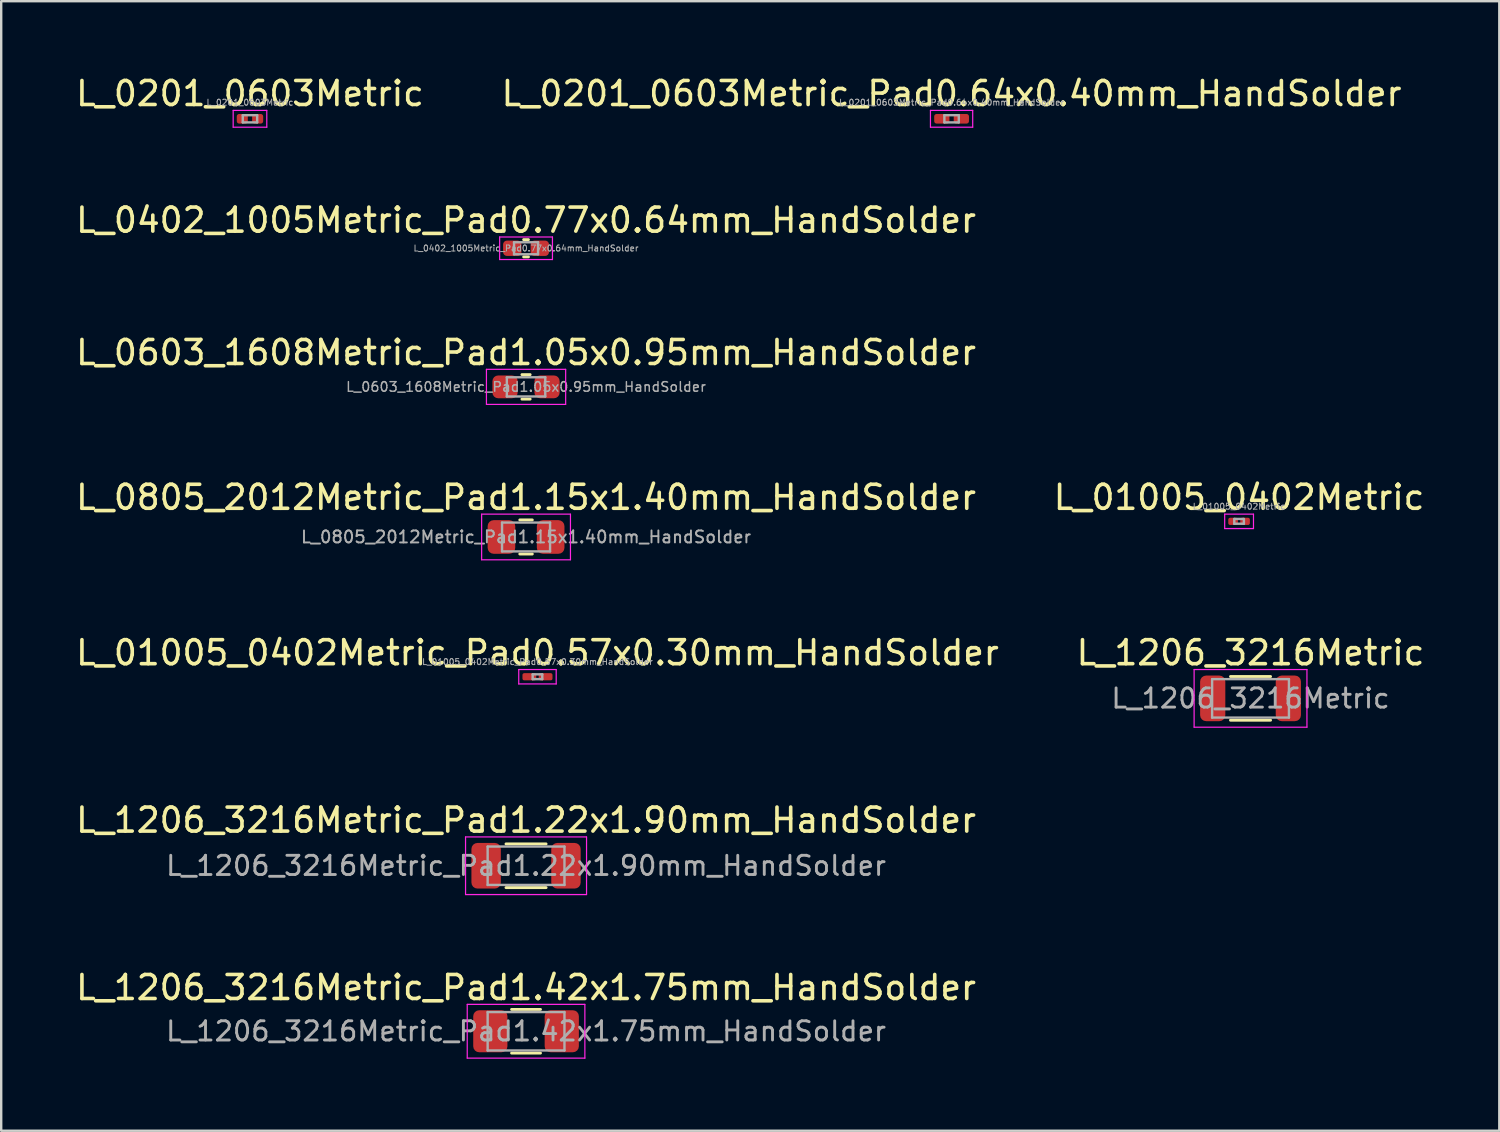
<source format=kicad_pcb>
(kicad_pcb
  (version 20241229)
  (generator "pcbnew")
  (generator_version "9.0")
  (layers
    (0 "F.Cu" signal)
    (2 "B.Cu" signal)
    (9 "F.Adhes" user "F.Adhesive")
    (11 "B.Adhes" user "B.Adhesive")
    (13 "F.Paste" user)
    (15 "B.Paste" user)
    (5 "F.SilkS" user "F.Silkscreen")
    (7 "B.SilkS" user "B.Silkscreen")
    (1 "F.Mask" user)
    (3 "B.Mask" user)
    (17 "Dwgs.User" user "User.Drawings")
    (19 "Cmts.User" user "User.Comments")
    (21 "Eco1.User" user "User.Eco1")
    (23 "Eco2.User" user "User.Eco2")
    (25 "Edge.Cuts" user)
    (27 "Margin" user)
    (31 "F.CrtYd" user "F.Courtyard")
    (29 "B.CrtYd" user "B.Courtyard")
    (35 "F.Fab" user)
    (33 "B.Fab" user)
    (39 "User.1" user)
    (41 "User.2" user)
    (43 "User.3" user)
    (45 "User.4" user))
  (footprint "L_1206_3216Metric_Pad1.42x1.75mm_HandSolder"
    (layer "F.Cu")
    (at 18.863 39.908)
    (property "Reference" "L_1206_3216Metric_Pad1.42x1.75mm_HandSolder" (at 0 -1.82 0) (layer "F.SilkS") (effects (font (size 1 1) (thickness 0.15))))
    (attr smd)
    (fp_line (start -0.602 -0.91) (end 0.602 -0.91) (stroke (width 0.12) (type solid)) (layer "F.SilkS"))
    (fp_line (start -0.602 0.91) (end 0.602 0.91) (stroke (width 0.12) (type solid)) (layer "F.SilkS"))
    (fp_line (start -2.45 -1.12) (end 2.45 -1.12) (stroke (width 0.05) (type solid)) (layer "F.CrtYd"))
    (fp_line (start -2.45 1.12) (end -2.45 -1.12) (stroke (width 0.05) (type solid)) (layer "F.CrtYd"))
    (fp_line (start 2.45 -1.12) (end 2.45 1.12) (stroke (width 0.05) (type solid)) (layer "F.CrtYd"))
    (fp_line (start 2.45 1.12) (end -2.45 1.12) (stroke (width 0.05) (type solid)) (layer "F.CrtYd"))
    (fp_line (start -1.6 -0.8) (end 1.6 -0.8) (stroke (width 0.1) (type solid)) (layer "F.Fab"))
    (fp_line (start -1.6 0.8) (end -1.6 -0.8) (stroke (width 0.1) (type solid)) (layer "F.Fab"))
    (fp_line (start 1.6 -0.8) (end 1.6 0.8) (stroke (width 0.1) (type solid)) (layer "F.Fab"))
    (fp_line (start 1.6 0.8) (end -1.6 0.8) (stroke (width 0.1) (type solid)) (layer "F.Fab"))
    (fp_text user "${REFERENCE}" (at 0 0 0) (layer "F.Fab") (effects (font (size 0.8 0.8) (thickness 0.12))))
    (pad "1" smd roundrect (at -1.488 0) (size 1.425 1.75) (layers "F.Cu" "F.Mask" "F.Paste") (roundrect_rratio 0.175))
    (pad "2" smd roundrect (at 1.488 0) (size 1.425 1.75) (layers "F.Cu" "F.Mask" "F.Paste") (roundrect_rratio 0.175)))
  (footprint "L_0402_1005Metric_Pad0.77x0.64mm_HandSolder"
    (layer "F.Cu")
    (at 18.863 7.292)
    (property "Reference" "L_0402_1005Metric_Pad0.77x0.64mm_HandSolder" (at 0 -1.17 0) (layer "F.SilkS") (effects (font (size 1 1) (thickness 0.15))))
    (attr smd)
    (fp_line (start -0.1 -0.36) (end 0.1 -0.36) (stroke (width 0.12) (type solid)) (layer "F.SilkS"))
    (fp_line (start -0.1 0.36) (end 0.1 0.36) (stroke (width 0.12) (type solid)) (layer "F.SilkS"))
    (fp_line (start -1.1 -0.47) (end 1.1 -0.47) (stroke (width 0.05) (type solid)) (layer "F.CrtYd"))
    (fp_line (start -1.1 0.47) (end -1.1 -0.47) (stroke (width 0.05) (type solid)) (layer "F.CrtYd"))
    (fp_line (start 1.1 -0.47) (end 1.1 0.47) (stroke (width 0.05) (type solid)) (layer "F.CrtYd"))
    (fp_line (start 1.1 0.47) (end -1.1 0.47) (stroke (width 0.05) (type solid)) (layer "F.CrtYd"))
    (fp_line (start -0.5 -0.25) (end 0.5 -0.25) (stroke (width 0.1) (type solid)) (layer "F.Fab"))
    (fp_line (start -0.5 0.25) (end -0.5 -0.25) (stroke (width 0.1) (type solid)) (layer "F.Fab"))
    (fp_line (start 0.5 -0.25) (end 0.5 0.25) (stroke (width 0.1) (type solid)) (layer "F.Fab"))
    (fp_line (start 0.5 0.25) (end -0.5 0.25) (stroke (width 0.1) (type solid)) (layer "F.Fab"))
    (fp_text user "${REFERENCE}" (at 0 0 0) (layer "F.Fab") (effects (font (size 0.25 0.25) (thickness 0.04))))
    (pad "1" smd roundrect (at -0.573 0) (size 0.765 0.64) (layers "F.Cu" "F.Mask" "F.Paste") (roundrect_rratio 0.25))
    (pad "2" smd roundrect (at 0.573 0) (size 0.765 0.64) (layers "F.Cu" "F.Mask" "F.Paste") (roundrect_rratio 0.25)))
  (footprint "L_01005_0402Metric"
    (layer "F.Cu")
    (at 48.565 18.668)
    (property "Reference" "L_01005_0402Metric" (at 0 -1 0) (layer "F.SilkS") (effects (font (size 1 1) (thickness 0.15))))
    (attr smd)
    (fp_line (start -0.6 -0.3) (end 0.6 -0.3) (stroke (width 0.05) (type solid)) (layer "F.CrtYd"))
    (fp_line (start -0.6 0.3) (end -0.6 -0.3) (stroke (width 0.05) (type solid)) (layer "F.CrtYd"))
    (fp_line (start 0.6 -0.3) (end 0.6 0.3) (stroke (width 0.05) (type solid)) (layer "F.CrtYd"))
    (fp_line (start 0.6 0.3) (end -0.6 0.3) (stroke (width 0.05) (type solid)) (layer "F.CrtYd"))
    (fp_line (start -0.2 -0.1) (end 0.2 -0.1) (stroke (width 0.1) (type solid)) (layer "F.Fab"))
    (fp_line (start -0.2 0.1) (end -0.2 -0.1) (stroke (width 0.1) (type solid)) (layer "F.Fab"))
    (fp_line (start 0.2 -0.1) (end 0.2 0.1) (stroke (width 0.1) (type solid)) (layer "F.Fab"))
    (fp_line (start 0.2 0.1) (end -0.2 0.1) (stroke (width 0.1) (type solid)) (layer "F.Fab"))
    (fp_text user "${REFERENCE}" (at 0 -0.62 0) (layer "F.Fab") (effects (font (size 0.25 0.25) (thickness 0.04))))
    (pad "" smd roundrect (at -0.275 0) (size 0.27 0.27) (layers "F.Paste") (roundrect_rratio 0.25))
    (pad "" smd roundrect (at 0.275 0) (size 0.27 0.27) (layers "F.Paste") (roundrect_rratio 0.25))
    (pad "1" smd roundrect (at -0.25 0) (size 0.4 0.3) (layers "F.Cu" "F.Mask") (roundrect_rratio 0.25))
    (pad "2" smd roundrect (at 0.25 0) (size 0.4 0.3) (layers "F.Cu" "F.Mask") (roundrect_rratio 0.25)))
  (footprint "L_0201_0603Metric_Pad0.64x0.40mm_HandSolder"
    (layer "F.Cu")
    (at 36.589 1.898)
    (property "Reference" "L_0201_0603Metric_Pad0.64x0.40mm_HandSolder" (at 0 -1.05 0) (layer "F.SilkS") (effects (font (size 1 1) (thickness 0.15))))
    (attr smd)
    (fp_line (start -0.88 -0.35) (end 0.88 -0.35) (stroke (width 0.05) (type solid)) (layer "F.CrtYd"))
    (fp_line (start -0.88 0.35) (end -0.88 -0.35) (stroke (width 0.05) (type solid)) (layer "F.CrtYd"))
    (fp_line (start 0.88 -0.35) (end 0.88 0.35) (stroke (width 0.05) (type solid)) (layer "F.CrtYd"))
    (fp_line (start 0.88 0.35) (end -0.88 0.35) (stroke (width 0.05) (type solid)) (layer "F.CrtYd"))
    (fp_line (start -0.3 -0.15) (end 0.3 -0.15) (stroke (width 0.1) (type solid)) (layer "F.Fab"))
    (fp_line (start -0.3 0.15) (end -0.3 -0.15) (stroke (width 0.1) (type solid)) (layer "F.Fab"))
    (fp_line (start 0.3 -0.15) (end 0.3 0.15) (stroke (width 0.1) (type solid)) (layer "F.Fab"))
    (fp_line (start 0.3 0.15) (end -0.3 0.15) (stroke (width 0.1) (type solid)) (layer "F.Fab"))
    (fp_text user "${REFERENCE}" (at 0 -0.68 0) (layer "F.Fab") (effects (font (size 0.25 0.25) (thickness 0.04))))
    (pad "" smd roundrect (at -0.432 0) (size 0.458 0.36) (layers "F.Paste") (roundrect_rratio 0.25))
    (pad "" smd roundrect (at 0.432 0) (size 0.458 0.36) (layers "F.Paste") (roundrect_rratio 0.25))
    (pad "1" smd roundrect (at -0.407 0) (size 0.635 0.4) (layers "F.Cu" "F.Mask") (roundrect_rratio 0.25))
    (pad "2" smd roundrect (at 0.407 0) (size 0.635 0.4) (layers "F.Cu" "F.Mask") (roundrect_rratio 0.25)))
  (footprint "L_0805_2012Metric_Pad1.15x1.40mm_HandSolder"
    (layer "F.Cu")
    (at 18.863 19.318)
    (property "Reference" "L_0805_2012Metric_Pad1.15x1.40mm_HandSolder" (at 0 -1.65 0) (layer "F.SilkS") (effects (font (size 1 1) (thickness 0.15))))
    (attr smd)
    (fp_line (start -0.261 -0.71) (end 0.261 -0.71) (stroke (width 0.12) (type solid)) (layer "F.SilkS"))
    (fp_line (start -0.261 0.71) (end 0.261 0.71) (stroke (width 0.12) (type solid)) (layer "F.SilkS"))
    (fp_line (start -1.85 -0.95) (end 1.85 -0.95) (stroke (width 0.05) (type solid)) (layer "F.CrtYd"))
    (fp_line (start -1.85 0.95) (end -1.85 -0.95) (stroke (width 0.05) (type solid)) (layer "F.CrtYd"))
    (fp_line (start 1.85 -0.95) (end 1.85 0.95) (stroke (width 0.05) (type solid)) (layer "F.CrtYd"))
    (fp_line (start 1.85 0.95) (end -1.85 0.95) (stroke (width 0.05) (type solid)) (layer "F.CrtYd"))
    (fp_line (start -1 -0.6) (end 1 -0.6) (stroke (width 0.1) (type solid)) (layer "F.Fab"))
    (fp_line (start -1 0.6) (end -1 -0.6) (stroke (width 0.1) (type solid)) (layer "F.Fab"))
    (fp_line (start 1 -0.6) (end 1 0.6) (stroke (width 0.1) (type solid)) (layer "F.Fab"))
    (fp_line (start 1 0.6) (end -1 0.6) (stroke (width 0.1) (type solid)) (layer "F.Fab"))
    (fp_text user "${REFERENCE}" (at 0 0 0) (layer "F.Fab") (effects (font (size 0.5 0.5) (thickness 0.08))))
    (pad "1" smd roundrect (at -1.025 0) (size 1.15 1.4) (layers "F.Cu" "F.Mask" "F.Paste") (roundrect_rratio 0.217))
    (pad "2" smd roundrect (at 1.025 0) (size 1.15 1.4) (layers "F.Cu" "F.Mask" "F.Paste") (roundrect_rratio 0.217)))
  (footprint "L_1206_3216Metric_Pad1.22x1.90mm_HandSolder"
    (layer "F.Cu")
    (at 18.863 33.014)
    (property "Reference" "L_1206_3216Metric_Pad1.22x1.90mm_HandSolder" (at 0 -1.9 0) (layer "F.SilkS") (effects (font (size 1 1) (thickness 0.15))))
    (attr smd)
    (fp_line (start -0.835 -0.91) (end 0.835 -0.91) (stroke (width 0.12) (type solid)) (layer "F.SilkS"))
    (fp_line (start -0.835 0.91) (end 0.835 0.91) (stroke (width 0.12) (type solid)) (layer "F.SilkS"))
    (fp_line (start -2.52 -1.2) (end 2.52 -1.2) (stroke (width 0.05) (type solid)) (layer "F.CrtYd"))
    (fp_line (start -2.52 1.2) (end -2.52 -1.2) (stroke (width 0.05) (type solid)) (layer "F.CrtYd"))
    (fp_line (start 2.52 -1.2) (end 2.52 1.2) (stroke (width 0.05) (type solid)) (layer "F.CrtYd"))
    (fp_line (start 2.52 1.2) (end -2.52 1.2) (stroke (width 0.05) (type solid)) (layer "F.CrtYd"))
    (fp_line (start -1.6 -0.8) (end 1.6 -0.8) (stroke (width 0.1) (type solid)) (layer "F.Fab"))
    (fp_line (start -1.6 0.8) (end -1.6 -0.8) (stroke (width 0.1) (type solid)) (layer "F.Fab"))
    (fp_line (start 1.6 -0.8) (end 1.6 0.8) (stroke (width 0.1) (type solid)) (layer "F.Fab"))
    (fp_line (start 1.6 0.8) (end -1.6 0.8) (stroke (width 0.1) (type solid)) (layer "F.Fab"))
    (fp_text user "${REFERENCE}" (at 0 0 0) (layer "F.Fab") (effects (font (size 0.8 0.8) (thickness 0.12))))
    (pad "1" smd roundrect (at -1.663 0) (size 1.225 1.9) (layers "F.Cu" "F.Mask" "F.Paste") (roundrect_rratio 0.204))
    (pad "2" smd roundrect (at 1.663 0) (size 1.225 1.9) (layers "F.Cu" "F.Mask" "F.Paste") (roundrect_rratio 0.204)))
  (footprint "L_0603_1608Metric_Pad1.05x0.95mm_HandSolder"
    (layer "F.Cu")
    (at 18.863 13.065)
    (property "Reference" "L_0603_1608Metric_Pad1.05x0.95mm_HandSolder" (at 0 -1.43 0) (layer "F.SilkS") (effects (font (size 1 1) (thickness 0.15))))
    (attr smd)
    (fp_line (start -0.171 -0.51) (end 0.171 -0.51) (stroke (width 0.12) (type solid)) (layer "F.SilkS"))
    (fp_line (start -0.171 0.51) (end 0.171 0.51) (stroke (width 0.12) (type solid)) (layer "F.SilkS"))
    (fp_line (start -1.65 -0.73) (end 1.65 -0.73) (stroke (width 0.05) (type solid)) (layer "F.CrtYd"))
    (fp_line (start -1.65 0.73) (end -1.65 -0.73) (stroke (width 0.05) (type solid)) (layer "F.CrtYd"))
    (fp_line (start 1.65 -0.73) (end 1.65 0.73) (stroke (width 0.05) (type solid)) (layer "F.CrtYd"))
    (fp_line (start 1.65 0.73) (end -1.65 0.73) (stroke (width 0.05) (type solid)) (layer "F.CrtYd"))
    (fp_line (start -0.8 -0.4) (end 0.8 -0.4) (stroke (width 0.1) (type solid)) (layer "F.Fab"))
    (fp_line (start -0.8 0.4) (end -0.8 -0.4) (stroke (width 0.1) (type solid)) (layer "F.Fab"))
    (fp_line (start 0.8 -0.4) (end 0.8 0.4) (stroke (width 0.1) (type solid)) (layer "F.Fab"))
    (fp_line (start 0.8 0.4) (end -0.8 0.4) (stroke (width 0.1) (type solid)) (layer "F.Fab"))
    (fp_text user "${REFERENCE}" (at 0 0 0) (layer "F.Fab") (effects (font (size 0.4 0.4) (thickness 0.06))))
    (pad "1" smd roundrect (at -0.875 0) (size 1.05 0.95) (layers "F.Cu" "F.Mask" "F.Paste") (roundrect_rratio 0.25))
    (pad "2" smd roundrect (at 0.875 0) (size 1.05 0.95) (layers "F.Cu" "F.Mask" "F.Paste") (roundrect_rratio 0.25)))
  (footprint "L_01005_0402Metric_Pad0.57x0.30mm_HandSolder"
    (layer "F.Cu")
    (at 19.339 25.141)
    (property "Reference" "L_01005_0402Metric_Pad0.57x0.30mm_HandSolder" (at 0 -1 0) (layer "F.SilkS") (effects (font (size 1 1) (thickness 0.15))))
    (attr smd)
    (fp_line (start -0.78 -0.3) (end 0.78 -0.3) (stroke (width 0.05) (type solid)) (layer "F.CrtYd"))
    (fp_line (start -0.78 0.3) (end -0.78 -0.3) (stroke (width 0.05) (type solid)) (layer "F.CrtYd"))
    (fp_line (start 0.78 -0.3) (end 0.78 0.3) (stroke (width 0.05) (type solid)) (layer "F.CrtYd"))
    (fp_line (start 0.78 0.3) (end -0.78 0.3) (stroke (width 0.05) (type solid)) (layer "F.CrtYd"))
    (fp_line (start -0.2 -0.1) (end 0.2 -0.1) (stroke (width 0.1) (type solid)) (layer "F.Fab"))
    (fp_line (start -0.2 0.1) (end -0.2 -0.1) (stroke (width 0.1) (type solid)) (layer "F.Fab"))
    (fp_line (start 0.2 -0.1) (end 0.2 0.1) (stroke (width 0.1) (type solid)) (layer "F.Fab"))
    (fp_line (start 0.2 0.1) (end -0.2 0.1) (stroke (width 0.1) (type solid)) (layer "F.Fab"))
    (fp_text user "${REFERENCE}" (at 0 -0.62 0) (layer "F.Fab") (effects (font (size 0.25 0.25) (thickness 0.04))))
    (pad "" smd roundrect (at -0.362 0) (size 0.41 0.27) (layers "F.Paste") (roundrect_rratio 0.25))
    (pad "" smd roundrect (at 0.362 0) (size 0.41 0.27) (layers "F.Paste") (roundrect_rratio 0.25))
    (pad "1" smd roundrect (at -0.338 0) (size 0.575 0.3) (layers "F.Cu" "F.Mask") (roundrect_rratio 0.25))
    (pad "2" smd roundrect (at 0.338 0) (size 0.575 0.3) (layers "F.Cu" "F.Mask") (roundrect_rratio 0.25)))
  (footprint "L_0201_0603Metric"
    (layer "F.Cu")
    (at 7.363 1.898)
    (property "Reference" "L_0201_0603Metric" (at 0 -1.05 0) (layer "F.SilkS") (effects (font (size 1 1) (thickness 0.15))))
    (attr smd)
    (fp_line (start -0.7 -0.35) (end 0.7 -0.35) (stroke (width 0.05) (type solid)) (layer "F.CrtYd"))
    (fp_line (start -0.7 0.35) (end -0.7 -0.35) (stroke (width 0.05) (type solid)) (layer "F.CrtYd"))
    (fp_line (start 0.7 -0.35) (end 0.7 0.35) (stroke (width 0.05) (type solid)) (layer "F.CrtYd"))
    (fp_line (start 0.7 0.35) (end -0.7 0.35) (stroke (width 0.05) (type solid)) (layer "F.CrtYd"))
    (fp_line (start -0.3 -0.15) (end 0.3 -0.15) (stroke (width 0.1) (type solid)) (layer "F.Fab"))
    (fp_line (start -0.3 0.15) (end -0.3 -0.15) (stroke (width 0.1) (type solid)) (layer "F.Fab"))
    (fp_line (start 0.3 -0.15) (end 0.3 0.15) (stroke (width 0.1) (type solid)) (layer "F.Fab"))
    (fp_line (start 0.3 0.15) (end -0.3 0.15) (stroke (width 0.1) (type solid)) (layer "F.Fab"))
    (fp_text user "${REFERENCE}" (at 0 -0.68 0) (layer "F.Fab") (effects (font (size 0.25 0.25) (thickness 0.04))))
    (pad "" smd roundrect (at -0.345 0) (size 0.318 0.36) (layers "F.Paste") (roundrect_rratio 0.25))
    (pad "" smd roundrect (at 0.345 0) (size 0.318 0.36) (layers "F.Paste") (roundrect_rratio 0.25))
    (pad "1" smd roundrect (at -0.32 0) (size 0.46 0.4) (layers "F.Cu" "F.Mask") (roundrect_rratio 0.25))
    (pad "2" smd roundrect (at 0.32 0) (size 0.46 0.4) (layers "F.Cu" "F.Mask") (roundrect_rratio 0.25)))
  (footprint "L_1206_3216Metric"
    (layer "F.Cu")
    (at 49.042 26.041)
    (property "Reference" "L_1206_3216Metric" (at 0 -1.9 0) (layer "F.SilkS") (effects (font (size 1 1) (thickness 0.15))))
    (attr smd)
    (fp_line (start -0.835 -0.91) (end 0.835 -0.91) (stroke (width 0.12) (type solid)) (layer "F.SilkS"))
    (fp_line (start -0.835 0.91) (end 0.835 0.91) (stroke (width 0.12) (type solid)) (layer "F.SilkS"))
    (fp_line (start -2.35 -1.2) (end 2.35 -1.2) (stroke (width 0.05) (type solid)) (layer "F.CrtYd"))
    (fp_line (start -2.35 1.2) (end -2.35 -1.2) (stroke (width 0.05) (type solid)) (layer "F.CrtYd"))
    (fp_line (start 2.35 -1.2) (end 2.35 1.2) (stroke (width 0.05) (type solid)) (layer "F.CrtYd"))
    (fp_line (start 2.35 1.2) (end -2.35 1.2) (stroke (width 0.05) (type solid)) (layer "F.CrtYd"))
    (fp_line (start -1.6 -0.8) (end 1.6 -0.8) (stroke (width 0.1) (type solid)) (layer "F.Fab"))
    (fp_line (start -1.6 0.8) (end -1.6 -0.8) (stroke (width 0.1) (type solid)) (layer "F.Fab"))
    (fp_line (start 1.6 -0.8) (end 1.6 0.8) (stroke (width 0.1) (type solid)) (layer "F.Fab"))
    (fp_line (start 1.6 0.8) (end -1.6 0.8) (stroke (width 0.1) (type solid)) (layer "F.Fab"))
    (fp_text user "${REFERENCE}" (at 0 0 0) (layer "F.Fab") (effects (font (size 0.8 0.8) (thickness 0.12))))
    (pad "1" smd roundrect (at -1.575 0) (size 1.05 1.9) (layers "F.Cu" "F.Mask" "F.Paste") (roundrect_rratio 0.238))
    (pad "2" smd roundrect (at 1.575 0) (size 1.05 1.9) (layers "F.Cu" "F.Mask" "F.Paste") (roundrect_rratio 0.238)))
  (gr_rect
    (start -3 -3)
    (end 59.405 44.053)
    (stroke (width 0.1) (type default))
    (fill no)
    (layer "Edge.Cuts")))
</source>
